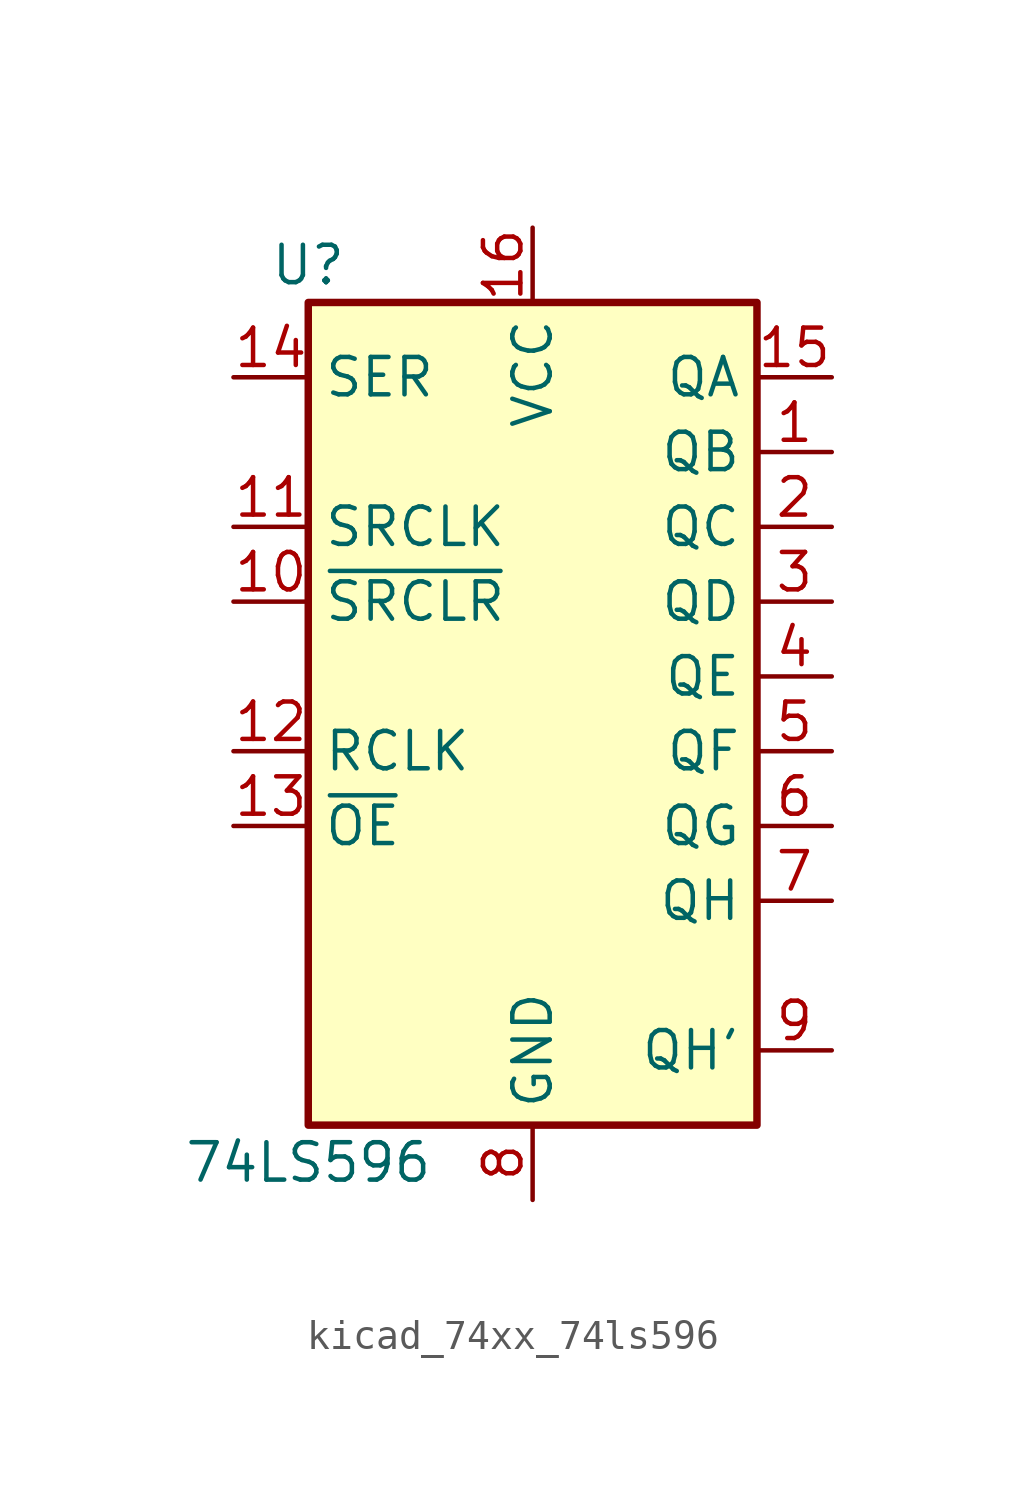
<source format=kicad_sym>
(kicad_symbol_lib
  (version 20220914)
  (generator kicad_symbol_editor)
  (symbol "kicad_74xx_74ls596"
    (property "Reference" "U"
      (at -7.62 13.97 0)
      (effects (font (size 1.27 1.27))))
    (property "Value" "74LS596"
      (at -7.62 -16.51 0)
      (effects (font (size 1.27 1.27))))
    (symbol "kicad_74xx_74ls596_1_0"
      (pin open_collector line (at 10.16 7.62 180) (length 2.54) (name "QB" (effects (font (size 1.27 1.27)))) (number "1" (effects (font (size 1.27 1.27)))))
      (pin input line (at -10.16 2.54 0) (length 2.54) (name "~{SRCLR}" (effects (font (size 1.27 1.27)))) (number "10" (effects (font (size 1.27 1.27)))))
      (pin input line (at -10.16 5.08 0) (length 2.54) (name "SRCLK" (effects (font (size 1.27 1.27)))) (number "11" (effects (font (size 1.27 1.27)))))
      (pin input line (at -10.16 -2.54 0) (length 2.54) (name "RCLK" (effects (font (size 1.27 1.27)))) (number "12" (effects (font (size 1.27 1.27)))))
      (pin input line (at -10.16 -5.08 0) (length 2.54) (name "~{OE}" (effects (font (size 1.27 1.27)))) (number "13" (effects (font (size 1.27 1.27)))))
      (pin input line (at -10.16 10.16 0) (length 2.54) (name "SER" (effects (font (size 1.27 1.27)))) (number "14" (effects (font (size 1.27 1.27)))))
      (pin open_collector line (at 10.16 10.16 180) (length 2.54) (name "QA" (effects (font (size 1.27 1.27)))) (number "15" (effects (font (size 1.27 1.27)))))
      (pin power_in line (at 0 15.24 270) (length 2.54) (name "VCC" (effects (font (size 1.27 1.27)))) (number "16" (effects (font (size 1.27 1.27)))))
      (pin open_collector line (at 10.16 5.08 180) (length 2.54) (name "QC" (effects (font (size 1.27 1.27)))) (number "2" (effects (font (size 1.27 1.27)))))
      (pin open_collector line (at 10.16 2.54 180) (length 2.54) (name "QD" (effects (font (size 1.27 1.27)))) (number "3" (effects (font (size 1.27 1.27)))))
      (pin open_collector line (at 10.16 0 180) (length 2.54) (name "QE" (effects (font (size 1.27 1.27)))) (number "4" (effects (font (size 1.27 1.27)))))
      (pin open_collector line (at 10.16 -2.54 180) (length 2.54) (name "QF" (effects (font (size 1.27 1.27)))) (number "5" (effects (font (size 1.27 1.27)))))
      (pin open_collector line (at 10.16 -5.08 180) (length 2.54) (name "QG" (effects (font (size 1.27 1.27)))) (number "6" (effects (font (size 1.27 1.27)))))
      (pin open_collector line (at 10.16 -7.62 180) (length 2.54) (name "QH" (effects (font (size 1.27 1.27)))) (number "7" (effects (font (size 1.27 1.27)))))
      (pin power_in line (at 0 -17.78 90) (length 2.54) (name "GND" (effects (font (size 1.27 1.27)))) (number "8" (effects (font (size 1.27 1.27)))))
      (pin output line (at 10.16 -12.7 180) (length 2.54) (name "QH'" (effects (font (size 1.27 1.27)))) (number "9" (effects (font (size 1.27 1.27))))))
    (symbol "kicad_74xx_74ls596_1_1"
      (rectangle (start -7.62 12.7) (end 7.62 -15.24) (stroke (width 0.254) (type default)) (fill (type background))))))
</source>
